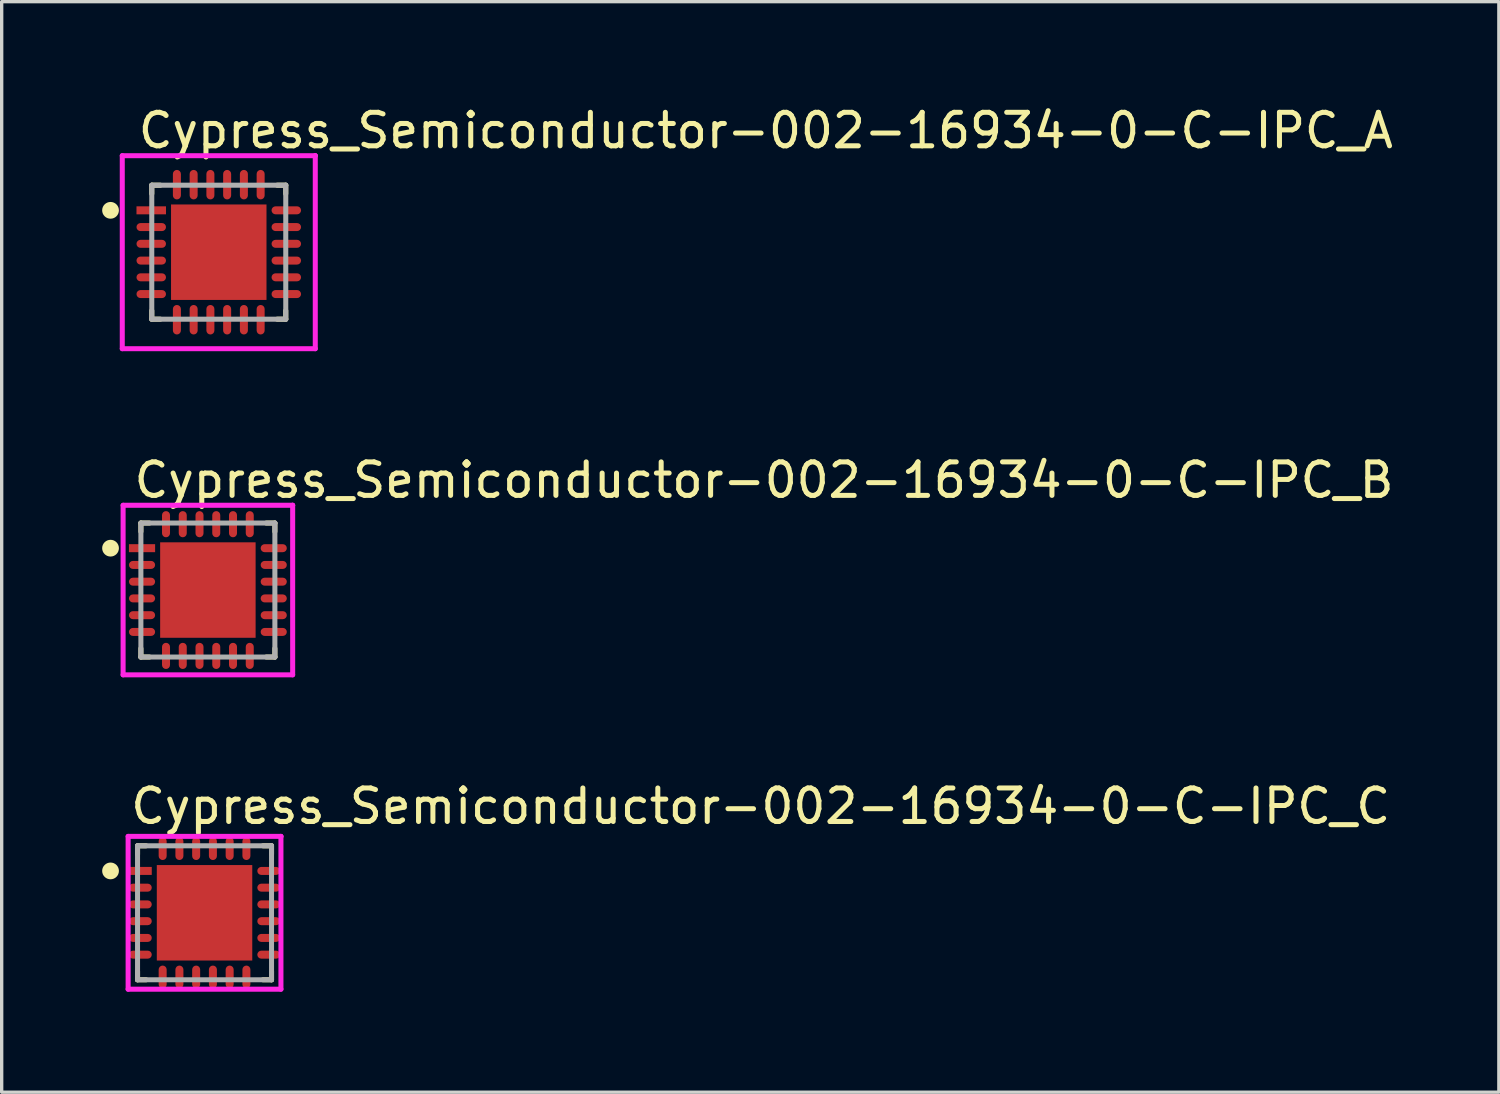
<source format=kicad_pcb>
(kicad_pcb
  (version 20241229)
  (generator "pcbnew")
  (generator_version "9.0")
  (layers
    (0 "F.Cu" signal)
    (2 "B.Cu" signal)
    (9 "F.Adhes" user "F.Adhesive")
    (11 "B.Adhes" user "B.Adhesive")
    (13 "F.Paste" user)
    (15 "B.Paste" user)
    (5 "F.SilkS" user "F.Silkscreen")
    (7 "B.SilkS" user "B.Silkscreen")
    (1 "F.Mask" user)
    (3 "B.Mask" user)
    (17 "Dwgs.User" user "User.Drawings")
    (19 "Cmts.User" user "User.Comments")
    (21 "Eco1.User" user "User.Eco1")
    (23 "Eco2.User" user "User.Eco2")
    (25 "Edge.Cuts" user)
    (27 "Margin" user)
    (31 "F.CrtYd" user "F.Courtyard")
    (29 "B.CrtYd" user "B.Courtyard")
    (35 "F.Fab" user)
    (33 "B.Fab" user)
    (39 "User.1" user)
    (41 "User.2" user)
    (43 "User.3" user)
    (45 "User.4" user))
  (footprint "Cypress_Semiconductor-002-16934-0-C-IPC_B"
    (layer "F.Cu")
    (at 3.156 14.565)
    (property "Reference" "Cypress_Semiconductor-002-16934-0-C-IPC_B" (at -2.281 -3.281 0) (layer "F.SilkS") (effects (font (size 1 1) (thickness 0.15)) (justify left)))
    (attr through_hole)
    (fp_line (start -2 -2) (end -1.745 -2) (stroke (width 0.15) (type solid)) (layer "F.SilkS"))
    (fp_line (start -2 -1.745) (end -2 -2) (stroke (width 0.15) (type solid)) (layer "F.SilkS"))
    (fp_line (start -2 2) (end -2 1.745) (stroke (width 0.15) (type solid)) (layer "F.SilkS"))
    (fp_line (start -2 2) (end -1.745 2) (stroke (width 0.15) (type solid)) (layer "F.SilkS"))
    (fp_line (start 1.745 -2) (end 2 -2) (stroke (width 0.15) (type solid)) (layer "F.SilkS"))
    (fp_line (start 1.745 2) (end 2 2) (stroke (width 0.15) (type solid)) (layer "F.SilkS"))
    (fp_line (start 2 -1.745) (end 2 -2) (stroke (width 0.15) (type solid)) (layer "F.SilkS"))
    (fp_line (start 2 2) (end 2 1.745) (stroke (width 0.15) (type solid)) (layer "F.SilkS"))
    (fp_circle (center -2.906 -1.25) (end -2.781 -1.25) (stroke (width 0.25) (type solid)) (fill no) (layer "F.SilkS"))
    (fp_poly (pts (xy -0.901 -0.901) (xy 0.901 -0.901) (xy 0.901 0.901) (xy -0.901 0.901)) (stroke (width 0) (type solid)) (fill yes) (layer "F.Paste"))
    (fp_line (start -2.531 -2.531) (end -2.531 2.531) (stroke (width 0.15) (type solid)) (layer "F.CrtYd"))
    (fp_line (start -2.531 2.531) (end 2.531 2.531) (stroke (width 0.15) (type solid)) (layer "F.CrtYd"))
    (fp_line (start 2.531 -2.531) (end -2.531 -2.531) (stroke (width 0.15) (type solid)) (layer "F.CrtYd"))
    (fp_line (start 2.531 -2.531) (end 2.531 -2.531) (stroke (width 0.15) (type solid)) (layer "F.CrtYd"))
    (fp_line (start 2.531 2.531) (end 2.531 -2.531) (stroke (width 0.15) (type solid)) (layer "F.CrtYd"))
    (fp_line (start -2 -2) (end 2 -2) (stroke (width 0.15) (type solid)) (layer "F.Fab"))
    (fp_line (start -2 2) (end -2 -2) (stroke (width 0.15) (type solid)) (layer "F.Fab"))
    (fp_line (start 2 -2) (end 2 2) (stroke (width 0.15) (type solid)) (layer "F.Fab"))
    (fp_line (start 2 2) (end -2 2) (stroke (width 0.15) (type solid)) (layer "F.Fab"))
    (pad "1" smd rect (at -1.966 -1.25) (size 0.781 0.239) (layers "F.Cu" "F.Mask" "F.Paste"))
    (pad "2" smd roundrect (at -1.966 -0.75) (size 0.781 0.239) (layers "F.Cu" "F.Mask" "F.Paste") (roundrect_rratio 0.5))
    (pad "3" smd roundrect (at -1.966 -0.25) (size 0.781 0.239) (layers "F.Cu" "F.Mask" "F.Paste") (roundrect_rratio 0.5))
    (pad "4" smd roundrect (at -1.966 0.25) (size 0.781 0.239) (layers "F.Cu" "F.Mask" "F.Paste") (roundrect_rratio 0.5))
    (pad "5" smd roundrect (at -1.966 0.75) (size 0.781 0.239) (layers "F.Cu" "F.Mask" "F.Paste") (roundrect_rratio 0.5))
    (pad "6" smd roundrect (at -1.966 1.25) (size 0.781 0.239) (layers "F.Cu" "F.Mask" "F.Paste") (roundrect_rratio 0.5))
    (pad "7" smd roundrect (at -1.25 1.966) (size 0.239 0.781) (layers "F.Cu" "F.Mask" "F.Paste") (roundrect_rratio 0.5))
    (pad "8" smd roundrect (at -0.75 1.966) (size 0.239 0.781) (layers "F.Cu" "F.Mask" "F.Paste") (roundrect_rratio 0.5))
    (pad "9" smd roundrect (at -0.25 1.966) (size 0.239 0.781) (layers "F.Cu" "F.Mask" "F.Paste") (roundrect_rratio 0.5))
    (pad "10" smd roundrect (at 0.25 1.966) (size 0.239 0.781) (layers "F.Cu" "F.Mask" "F.Paste") (roundrect_rratio 0.5))
    (pad "11" smd roundrect (at 0.75 1.966) (size 0.239 0.781) (layers "F.Cu" "F.Mask" "F.Paste") (roundrect_rratio 0.5))
    (pad "12" smd roundrect (at 1.25 1.966) (size 0.239 0.781) (layers "F.Cu" "F.Mask" "F.Paste") (roundrect_rratio 0.5))
    (pad "13" smd roundrect (at 1.966 1.25) (size 0.781 0.239) (layers "F.Cu" "F.Mask" "F.Paste") (roundrect_rratio 0.5))
    (pad "14" smd roundrect (at 1.966 0.75) (size 0.781 0.239) (layers "F.Cu" "F.Mask" "F.Paste") (roundrect_rratio 0.5))
    (pad "15" smd roundrect (at 1.966 0.25) (size 0.781 0.239) (layers "F.Cu" "F.Mask" "F.Paste") (roundrect_rratio 0.5))
    (pad "16" smd roundrect (at 1.966 -0.25) (size 0.781 0.239) (layers "F.Cu" "F.Mask" "F.Paste") (roundrect_rratio 0.5))
    (pad "17" smd roundrect (at 1.966 -0.75) (size 0.781 0.239) (layers "F.Cu" "F.Mask" "F.Paste") (roundrect_rratio 0.5))
    (pad "18" smd roundrect (at 1.966 -1.25) (size 0.781 0.239) (layers "F.Cu" "F.Mask" "F.Paste") (roundrect_rratio 0.5))
    (pad "19" smd roundrect (at 1.25 -1.966) (size 0.239 0.781) (layers "F.Cu" "F.Mask" "F.Paste") (roundrect_rratio 0.5))
    (pad "20" smd roundrect (at 0.75 -1.966) (size 0.239 0.781) (layers "F.Cu" "F.Mask" "F.Paste") (roundrect_rratio 0.5))
    (pad "21" smd roundrect (at 0.25 -1.966) (size 0.239 0.781) (layers "F.Cu" "F.Mask" "F.Paste") (roundrect_rratio 0.5))
    (pad "22" smd roundrect (at -0.25 -1.966) (size 0.239 0.781) (layers "F.Cu" "F.Mask" "F.Paste") (roundrect_rratio 0.5))
    (pad "23" smd roundrect (at -0.75 -1.966) (size 0.239 0.781) (layers "F.Cu" "F.Mask" "F.Paste") (roundrect_rratio 0.5))
    (pad "24" smd roundrect (at -1.25 -1.966) (size 0.239 0.781) (layers "F.Cu" "F.Mask" "F.Paste") (roundrect_rratio 0.5))
    (pad "25" smd rect (at 0 0) (size 2.85 2.85) (layers "F.Cu" "F.Mask")))
  (footprint "Cypress_Semiconductor-002-16934-0-C-IPC_A"
    (layer "F.Cu")
    (at 3.481 4.479)
    (property "Reference" "Cypress_Semiconductor-002-16934-0-C-IPC_A" (at -2.481 -3.631 0) (layer "F.SilkS") (effects (font (size 1 1) (thickness 0.15)) (justify left)))
    (attr through_hole)
    (fp_line (start -2 -2) (end -1.745 -2) (stroke (width 0.15) (type solid)) (layer "F.SilkS"))
    (fp_line (start -2 -1.745) (end -2 -2) (stroke (width 0.15) (type solid)) (layer "F.SilkS"))
    (fp_line (start -2 2) (end -2 1.745) (stroke (width 0.15) (type solid)) (layer "F.SilkS"))
    (fp_line (start -2 2) (end -1.745 2) (stroke (width 0.15) (type solid)) (layer "F.SilkS"))
    (fp_line (start 1.745 -2) (end 2 -2) (stroke (width 0.15) (type solid)) (layer "F.SilkS"))
    (fp_line (start 1.745 2) (end 2 2) (stroke (width 0.15) (type solid)) (layer "F.SilkS"))
    (fp_line (start 2 -1.745) (end 2 -2) (stroke (width 0.15) (type solid)) (layer "F.SilkS"))
    (fp_line (start 2 2) (end 2 1.745) (stroke (width 0.15) (type solid)) (layer "F.SilkS"))
    (fp_circle (center -3.231 -1.25) (end -3.106 -1.25) (stroke (width 0.25) (type solid)) (fill no) (layer "F.SilkS"))
    (fp_poly (pts (xy -0.901 -0.901) (xy 0.901 -0.901) (xy 0.901 0.901) (xy -0.901 0.901)) (stroke (width 0) (type solid)) (fill yes) (layer "F.Paste"))
    (fp_line (start -2.881 -2.881) (end -2.881 2.881) (stroke (width 0.15) (type solid)) (layer "F.CrtYd"))
    (fp_line (start -2.881 2.881) (end 2.881 2.881) (stroke (width 0.15) (type solid)) (layer "F.CrtYd"))
    (fp_line (start 2.881 -2.881) (end -2.881 -2.881) (stroke (width 0.15) (type solid)) (layer "F.CrtYd"))
    (fp_line (start 2.881 -2.881) (end 2.881 -2.881) (stroke (width 0.15) (type solid)) (layer "F.CrtYd"))
    (fp_line (start 2.881 2.881) (end 2.881 -2.881) (stroke (width 0.15) (type solid)) (layer "F.CrtYd"))
    (fp_line (start -2 -2) (end 2 -2) (stroke (width 0.15) (type solid)) (layer "F.Fab"))
    (fp_line (start -2 2) (end -2 -2) (stroke (width 0.15) (type solid)) (layer "F.Fab"))
    (fp_line (start 2 -2) (end 2 2) (stroke (width 0.15) (type solid)) (layer "F.Fab"))
    (fp_line (start 2 2) (end -2 2) (stroke (width 0.15) (type solid)) (layer "F.Fab"))
    (pad "1" smd rect (at -2.016 -1.25) (size 0.881 0.239) (layers "F.Cu" "F.Mask" "F.Paste"))
    (pad "2" smd roundrect (at -2.016 -0.75) (size 0.881 0.239) (layers "F.Cu" "F.Mask" "F.Paste") (roundrect_rratio 0.5))
    (pad "3" smd roundrect (at -2.016 -0.25) (size 0.881 0.239) (layers "F.Cu" "F.Mask" "F.Paste") (roundrect_rratio 0.5))
    (pad "4" smd roundrect (at -2.016 0.25) (size 0.881 0.239) (layers "F.Cu" "F.Mask" "F.Paste") (roundrect_rratio 0.5))
    (pad "5" smd roundrect (at -2.016 0.75) (size 0.881 0.239) (layers "F.Cu" "F.Mask" "F.Paste") (roundrect_rratio 0.5))
    (pad "6" smd roundrect (at -2.016 1.25) (size 0.881 0.239) (layers "F.Cu" "F.Mask" "F.Paste") (roundrect_rratio 0.5))
    (pad "7" smd roundrect (at -1.25 2.016) (size 0.239 0.881) (layers "F.Cu" "F.Mask" "F.Paste") (roundrect_rratio 0.5))
    (pad "8" smd roundrect (at -0.75 2.016) (size 0.239 0.881) (layers "F.Cu" "F.Mask" "F.Paste") (roundrect_rratio 0.5))
    (pad "9" smd roundrect (at -0.25 2.016) (size 0.239 0.881) (layers "F.Cu" "F.Mask" "F.Paste") (roundrect_rratio 0.5))
    (pad "10" smd roundrect (at 0.25 2.016) (size 0.239 0.881) (layers "F.Cu" "F.Mask" "F.Paste") (roundrect_rratio 0.5))
    (pad "11" smd roundrect (at 0.75 2.016) (size 0.239 0.881) (layers "F.Cu" "F.Mask" "F.Paste") (roundrect_rratio 0.5))
    (pad "12" smd roundrect (at 1.25 2.016) (size 0.239 0.881) (layers "F.Cu" "F.Mask" "F.Paste") (roundrect_rratio 0.5))
    (pad "13" smd roundrect (at 2.016 1.25) (size 0.881 0.239) (layers "F.Cu" "F.Mask" "F.Paste") (roundrect_rratio 0.5))
    (pad "14" smd roundrect (at 2.016 0.75) (size 0.881 0.239) (layers "F.Cu" "F.Mask" "F.Paste") (roundrect_rratio 0.5))
    (pad "15" smd roundrect (at 2.016 0.25) (size 0.881 0.239) (layers "F.Cu" "F.Mask" "F.Paste") (roundrect_rratio 0.5))
    (pad "16" smd roundrect (at 2.016 -0.25) (size 0.881 0.239) (layers "F.Cu" "F.Mask" "F.Paste") (roundrect_rratio 0.5))
    (pad "17" smd roundrect (at 2.016 -0.75) (size 0.881 0.239) (layers "F.Cu" "F.Mask" "F.Paste") (roundrect_rratio 0.5))
    (pad "18" smd roundrect (at 2.016 -1.25) (size 0.881 0.239) (layers "F.Cu" "F.Mask" "F.Paste") (roundrect_rratio 0.5))
    (pad "19" smd roundrect (at 1.25 -2.016) (size 0.239 0.881) (layers "F.Cu" "F.Mask" "F.Paste") (roundrect_rratio 0.5))
    (pad "20" smd roundrect (at 0.75 -2.016) (size 0.239 0.881) (layers "F.Cu" "F.Mask" "F.Paste") (roundrect_rratio 0.5))
    (pad "21" smd roundrect (at 0.25 -2.016) (size 0.239 0.881) (layers "F.Cu" "F.Mask" "F.Paste") (roundrect_rratio 0.5))
    (pad "22" smd roundrect (at -0.25 -2.016) (size 0.239 0.881) (layers "F.Cu" "F.Mask" "F.Paste") (roundrect_rratio 0.5))
    (pad "23" smd roundrect (at -0.75 -2.016) (size 0.239 0.881) (layers "F.Cu" "F.Mask" "F.Paste") (roundrect_rratio 0.5))
    (pad "24" smd roundrect (at -1.25 -2.016) (size 0.239 0.881) (layers "F.Cu" "F.Mask" "F.Paste") (roundrect_rratio 0.5))
    (pad "25" smd rect (at 0 0) (size 2.85 2.85) (layers "F.Cu" "F.Mask")))
  (footprint "Cypress_Semiconductor-002-16934-0-C-IPC_C"
    (layer "F.Cu")
    (at 3.056 24.2)
    (property "Reference" "Cypress_Semiconductor-002-16934-0-C-IPC_C" (at -2.281 -3.181 0) (layer "F.SilkS") (effects (font (size 1 1) (thickness 0.15)) (justify left)))
    (attr through_hole)
    (fp_line (start -2 -2) (end -1.745 -2) (stroke (width 0.15) (type solid)) (layer "F.SilkS"))
    (fp_line (start -2 -1.745) (end -2 -2) (stroke (width 0.15) (type solid)) (layer "F.SilkS"))
    (fp_line (start -2 2) (end -2 1.745) (stroke (width 0.15) (type solid)) (layer "F.SilkS"))
    (fp_line (start -2 2) (end -1.745 2) (stroke (width 0.15) (type solid)) (layer "F.SilkS"))
    (fp_line (start 1.745 -2) (end 2 -2) (stroke (width 0.15) (type solid)) (layer "F.SilkS"))
    (fp_line (start 1.745 2) (end 2 2) (stroke (width 0.15) (type solid)) (layer "F.SilkS"))
    (fp_line (start 2 -1.745) (end 2 -2) (stroke (width 0.15) (type solid)) (layer "F.SilkS"))
    (fp_line (start 2 2) (end 2 1.745) (stroke (width 0.15) (type solid)) (layer "F.SilkS"))
    (fp_circle (center -2.806 -1.25) (end -2.681 -1.25) (stroke (width 0.25) (type solid)) (fill no) (layer "F.SilkS"))
    (fp_poly (pts (xy -0.901 -0.901) (xy 0.901 -0.901) (xy 0.901 0.901) (xy -0.901 0.901)) (stroke (width 0) (type solid)) (fill yes) (layer "F.Paste"))
    (fp_line (start -2.281 -2.281) (end -2.281 2.281) (stroke (width 0.15) (type solid)) (layer "F.CrtYd"))
    (fp_line (start -2.281 2.281) (end 2.281 2.281) (stroke (width 0.15) (type solid)) (layer "F.CrtYd"))
    (fp_line (start 2.281 -2.281) (end -2.281 -2.281) (stroke (width 0.15) (type solid)) (layer "F.CrtYd"))
    (fp_line (start 2.281 -2.281) (end 2.281 -2.281) (stroke (width 0.15) (type solid)) (layer "F.CrtYd"))
    (fp_line (start 2.281 2.281) (end 2.281 -2.281) (stroke (width 0.15) (type solid)) (layer "F.CrtYd"))
    (fp_line (start -2 -2) (end 2 -2) (stroke (width 0.15) (type solid)) (layer "F.Fab"))
    (fp_line (start -2 2) (end -2 -2) (stroke (width 0.15) (type solid)) (layer "F.Fab"))
    (fp_line (start 2 -2) (end 2 2) (stroke (width 0.15) (type solid)) (layer "F.Fab"))
    (fp_line (start 2 2) (end -2 2) (stroke (width 0.15) (type solid)) (layer "F.Fab"))
    (pad "1" smd rect (at -1.916 -1.25) (size 0.681 0.239) (layers "F.Cu" "F.Mask" "F.Paste"))
    (pad "2" smd roundrect (at -1.916 -0.75) (size 0.681 0.239) (layers "F.Cu" "F.Mask" "F.Paste") (roundrect_rratio 0.5))
    (pad "3" smd roundrect (at -1.916 -0.25) (size 0.681 0.239) (layers "F.Cu" "F.Mask" "F.Paste") (roundrect_rratio 0.5))
    (pad "4" smd roundrect (at -1.916 0.25) (size 0.681 0.239) (layers "F.Cu" "F.Mask" "F.Paste") (roundrect_rratio 0.5))
    (pad "5" smd roundrect (at -1.916 0.75) (size 0.681 0.239) (layers "F.Cu" "F.Mask" "F.Paste") (roundrect_rratio 0.5))
    (pad "6" smd roundrect (at -1.916 1.25) (size 0.681 0.239) (layers "F.Cu" "F.Mask" "F.Paste") (roundrect_rratio 0.5))
    (pad "7" smd roundrect (at -1.25 1.916) (size 0.239 0.681) (layers "F.Cu" "F.Mask" "F.Paste") (roundrect_rratio 0.5))
    (pad "8" smd roundrect (at -0.75 1.916) (size 0.239 0.681) (layers "F.Cu" "F.Mask" "F.Paste") (roundrect_rratio 0.5))
    (pad "9" smd roundrect (at -0.25 1.916) (size 0.239 0.681) (layers "F.Cu" "F.Mask" "F.Paste") (roundrect_rratio 0.5))
    (pad "10" smd roundrect (at 0.25 1.916) (size 0.239 0.681) (layers "F.Cu" "F.Mask" "F.Paste") (roundrect_rratio 0.5))
    (pad "11" smd roundrect (at 0.75 1.916) (size 0.239 0.681) (layers "F.Cu" "F.Mask" "F.Paste") (roundrect_rratio 0.5))
    (pad "12" smd roundrect (at 1.25 1.916) (size 0.239 0.681) (layers "F.Cu" "F.Mask" "F.Paste") (roundrect_rratio 0.5))
    (pad "13" smd roundrect (at 1.916 1.25) (size 0.681 0.239) (layers "F.Cu" "F.Mask" "F.Paste") (roundrect_rratio 0.5))
    (pad "14" smd roundrect (at 1.916 0.75) (size 0.681 0.239) (layers "F.Cu" "F.Mask" "F.Paste") (roundrect_rratio 0.5))
    (pad "15" smd roundrect (at 1.916 0.25) (size 0.681 0.239) (layers "F.Cu" "F.Mask" "F.Paste") (roundrect_rratio 0.5))
    (pad "16" smd roundrect (at 1.916 -0.25) (size 0.681 0.239) (layers "F.Cu" "F.Mask" "F.Paste") (roundrect_rratio 0.5))
    (pad "17" smd roundrect (at 1.916 -0.75) (size 0.681 0.239) (layers "F.Cu" "F.Mask" "F.Paste") (roundrect_rratio 0.5))
    (pad "18" smd roundrect (at 1.916 -1.25) (size 0.681 0.239) (layers "F.Cu" "F.Mask" "F.Paste") (roundrect_rratio 0.5))
    (pad "19" smd roundrect (at 1.25 -1.916) (size 0.239 0.681) (layers "F.Cu" "F.Mask" "F.Paste") (roundrect_rratio 0.5))
    (pad "20" smd roundrect (at 0.75 -1.916) (size 0.239 0.681) (layers "F.Cu" "F.Mask" "F.Paste") (roundrect_rratio 0.5))
    (pad "21" smd roundrect (at 0.25 -1.916) (size 0.239 0.681) (layers "F.Cu" "F.Mask" "F.Paste") (roundrect_rratio 0.5))
    (pad "22" smd roundrect (at -0.25 -1.916) (size 0.239 0.681) (layers "F.Cu" "F.Mask" "F.Paste") (roundrect_rratio 0.5))
    (pad "23" smd roundrect (at -0.75 -1.916) (size 0.239 0.681) (layers "F.Cu" "F.Mask" "F.Paste") (roundrect_rratio 0.5))
    (pad "24" smd roundrect (at -1.25 -1.916) (size 0.239 0.681) (layers "F.Cu" "F.Mask" "F.Paste") (roundrect_rratio 0.5))
    (pad "25" smd rect (at 0 0) (size 2.85 2.85) (layers "F.Cu" "F.Mask")))
  (gr_rect
    (start -3 -3)
    (end 41.696 29.556)
    (stroke (width 0.1) (type default))
    (fill no)
    (layer "Edge.Cuts")))
</source>
